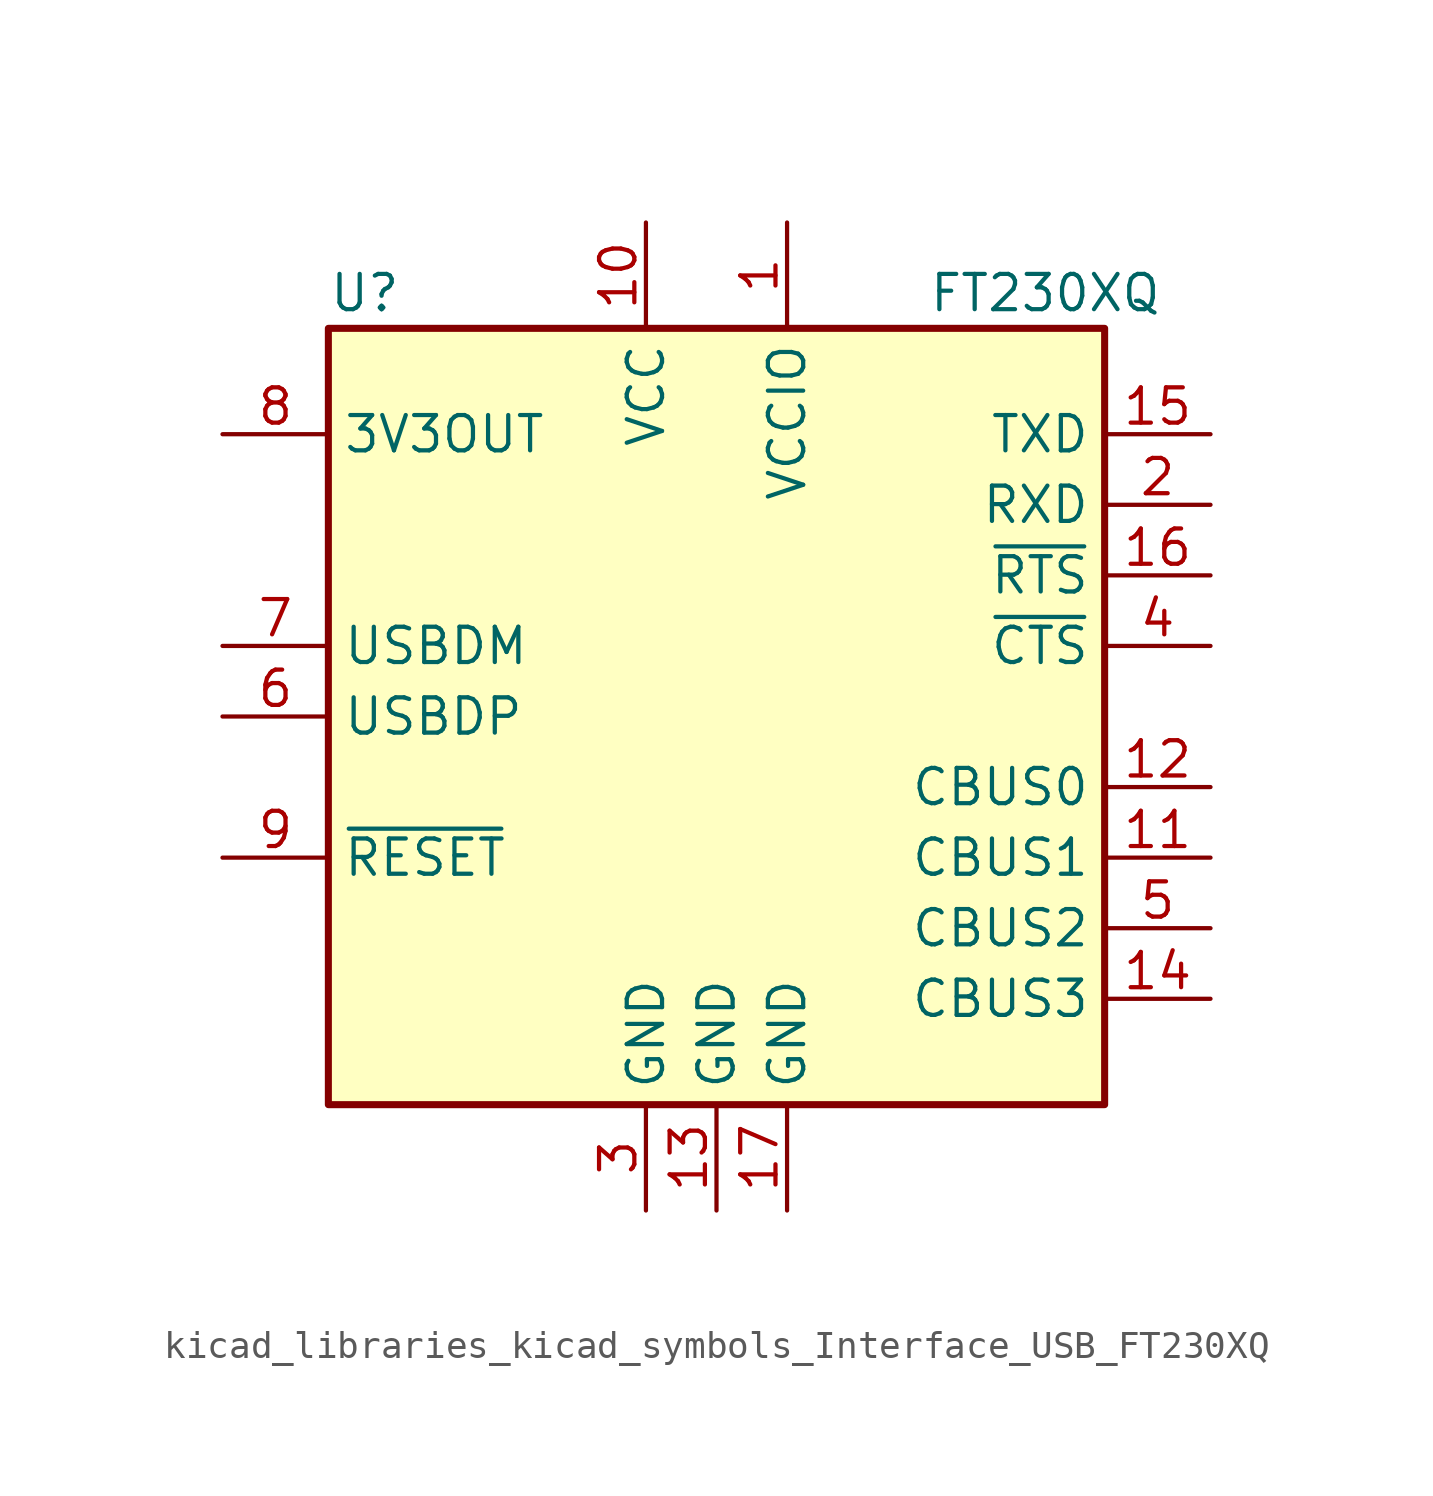
<source format=kicad_sym>
(kicad_symbol_lib
  (version 20220914)
  (generator kicad_symbol_editor)
  (symbol "kicad_libraries_kicad_symbols_Interface_USB_FT230XQ"
    (property "Reference" "U"
      (at -13.97 15.24 0)
      (effects (font (size 1.27 1.27)) (justify left)))
    (property "Value" "FT230XQ"
      (at 7.62 15.24 0)
      (effects (font (size 1.27 1.27)) (justify left)))
    (symbol "kicad_libraries_kicad_symbols_Interface_USB_FT230XQ_0_1"
      (rectangle (start -13.97 13.97) (end 13.97 -13.97) (stroke (width 0.254) (type default)) (fill (type background))))
    (symbol "kicad_libraries_kicad_symbols_Interface_USB_FT230XQ_1_1"
      (pin power_in line (at 2.54 17.78 270) (length 3.81) (name "VCCIO" (effects (font (size 1.27 1.27)))) (number "1" (effects (font (size 1.27 1.27)))))
      (pin power_in line (at -2.54 17.78 270) (length 3.81) (name "VCC" (effects (font (size 1.27 1.27)))) (number "10" (effects (font (size 1.27 1.27)))))
      (pin bidirectional line (at 17.78 -5.08 180) (length 3.81) (name "CBUS1" (effects (font (size 1.27 1.27)))) (number "11" (effects (font (size 1.27 1.27)))))
      (pin bidirectional line (at 17.78 -2.54 180) (length 3.81) (name "CBUS0" (effects (font (size 1.27 1.27)))) (number "12" (effects (font (size 1.27 1.27)))))
      (pin power_in line (at 0 -17.78 90) (length 3.81) (name "GND" (effects (font (size 1.27 1.27)))) (number "13" (effects (font (size 1.27 1.27)))))
      (pin bidirectional line (at 17.78 -10.16 180) (length 3.81) (name "CBUS3" (effects (font (size 1.27 1.27)))) (number "14" (effects (font (size 1.27 1.27)))))
      (pin output line (at 17.78 10.16 180) (length 3.81) (name "TXD" (effects (font (size 1.27 1.27)))) (number "15" (effects (font (size 1.27 1.27)))))
      (pin output line (at 17.78 5.08 180) (length 3.81) (name "~{RTS}" (effects (font (size 1.27 1.27)))) (number "16" (effects (font (size 1.27 1.27)))))
      (pin power_in line (at 2.54 -17.78 90) (length 3.81) (name "GND" (effects (font (size 1.27 1.27)))) (number "17" (effects (font (size 1.27 1.27)))))
      (pin input line (at 17.78 7.62 180) (length 3.81) (name "RXD" (effects (font (size 1.27 1.27)))) (number "2" (effects (font (size 1.27 1.27)))))
      (pin power_in line (at -2.54 -17.78 90) (length 3.81) (name "GND" (effects (font (size 1.27 1.27)))) (number "3" (effects (font (size 1.27 1.27)))))
      (pin input line (at 17.78 2.54 180) (length 3.81) (name "~{CTS}" (effects (font (size 1.27 1.27)))) (number "4" (effects (font (size 1.27 1.27)))))
      (pin bidirectional line (at 17.78 -7.62 180) (length 3.81) (name "CBUS2" (effects (font (size 1.27 1.27)))) (number "5" (effects (font (size 1.27 1.27)))))
      (pin bidirectional line (at -17.78 0 0) (length 3.81) (name "USBDP" (effects (font (size 1.27 1.27)))) (number "6" (effects (font (size 1.27 1.27)))))
      (pin bidirectional line (at -17.78 2.54 0) (length 3.81) (name "USBDM" (effects (font (size 1.27 1.27)))) (number "7" (effects (font (size 1.27 1.27)))))
      (pin power_out line (at -17.78 10.16 0) (length 3.81) (name "3V3OUT" (effects (font (size 1.27 1.27)))) (number "8" (effects (font (size 1.27 1.27)))))
      (pin input line (at -17.78 -5.08 0) (length 3.81) (name "~{RESET}" (effects (font (size 1.27 1.27)))) (number "9" (effects (font (size 1.27 1.27))))))))
</source>
